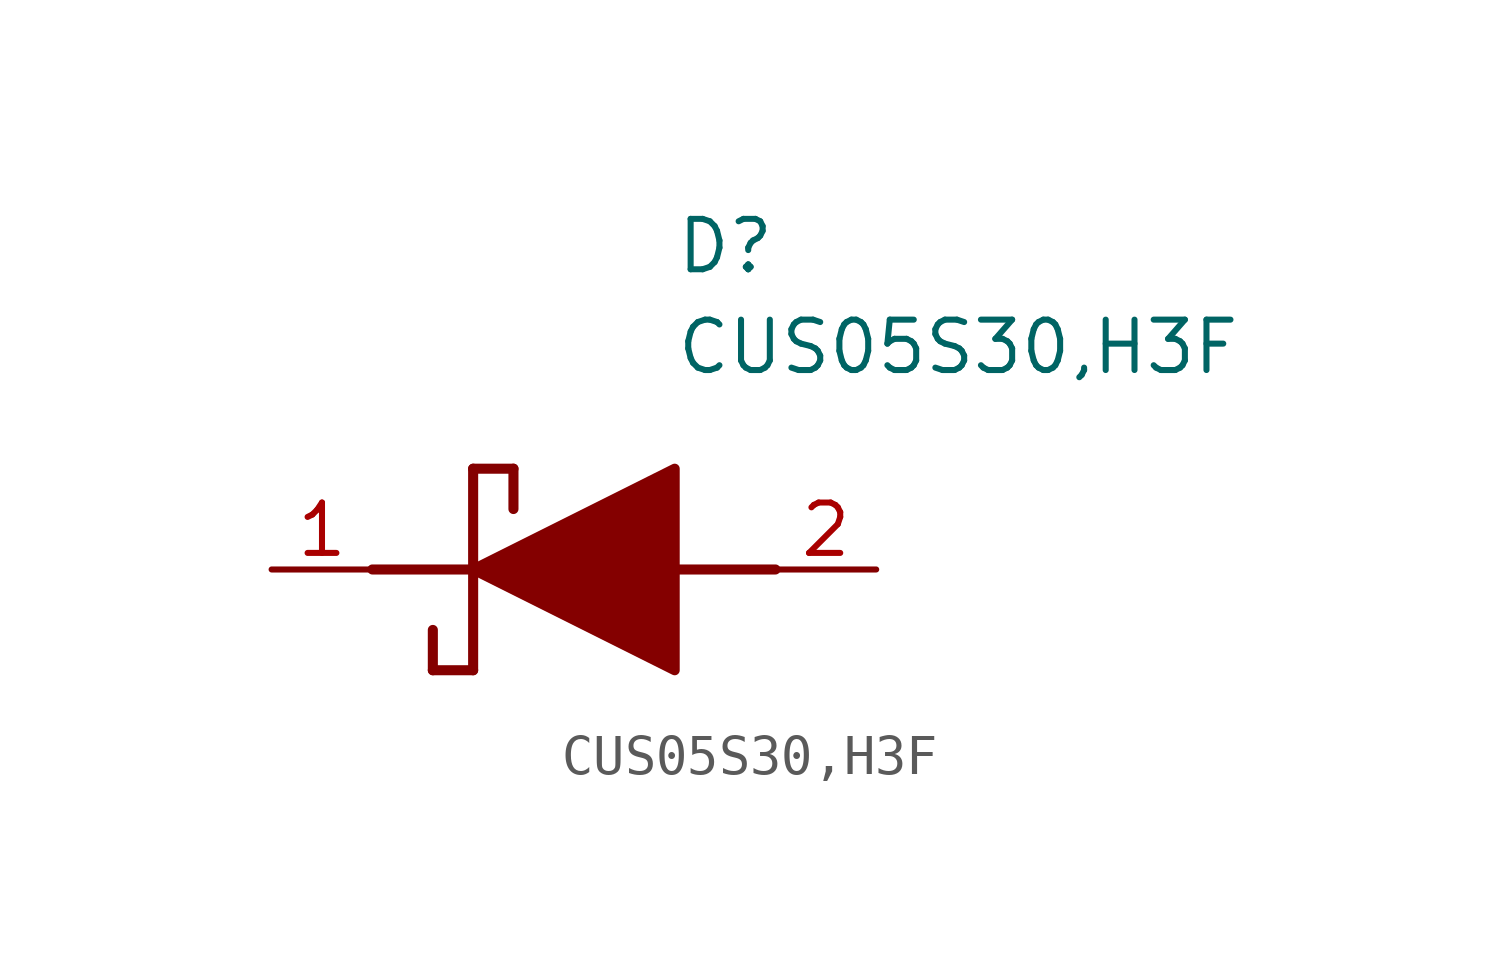
<source format=kicad_sym>
(kicad_symbol_lib
  (version 20211014)
  (generator SamacSys_ECAD_Model)
  (symbol "CUS05S30,H3F"
    (pin_names hide)
    (property "Reference" "D"
      (at 12.7 8.89 0)
      (effects (font (size 1.27 1.27)) (justify left top)))
    (property "Value" "CUS05S30,H3F"
      (at 12.7 6.35 0)
      (effects (font (size 1.27 1.27)) (justify left top)))
    (polyline
      (pts (xy 7.62 2.54) (xy 7.62 -2.54))
      (stroke (width 0.254) (type default))
      (fill (type none)))
    (polyline
      (pts (xy 7.62 2.54) (xy 8.636 2.54))
      (stroke (width 0.254) (type default))
      (fill (type none)))
    (polyline
      (pts (xy 8.636 1.524) (xy 8.636 2.54))
      (stroke (width 0.254) (type default))
      (fill (type none)))
    (polyline
      (pts (xy 7.62 -2.54) (xy 6.604 -2.54))
      (stroke (width 0.254) (type default))
      (fill (type none)))
    (polyline
      (pts (xy 6.604 -1.524) (xy 6.604 -2.54))
      (stroke (width 0.254) (type default))
      (fill (type none)))
    (polyline
      (pts (xy 5.08 0) (xy 7.62 0))
      (stroke (width 0.254) (type default))
      (fill (type none)))
    (polyline
      (pts (xy 12.7 0) (xy 15.24 0))
      (stroke (width 0.254) (type default))
      (fill (type none)))
    (polyline
      (pts (xy 7.62 0) (xy 12.7 2.54) (xy 12.7 -2.54) (xy 7.62 0))
      (stroke (width 0.254) (type default))
      (fill (type outline)))
    (pin passive line
      (at 2.54 0 0)
      (length 2.54)
      (name "K" (effects (font (size 1.27 1.27))))
      (number "1" (effects (font (size 1.27 1.27)))))
    (pin passive line
      (at 17.78 0 180)
      (length 2.54)
      (name "A" (effects (font (size 1.27 1.27))))
      (number "2" (effects (font (size 1.27 1.27)))))))
</source>
